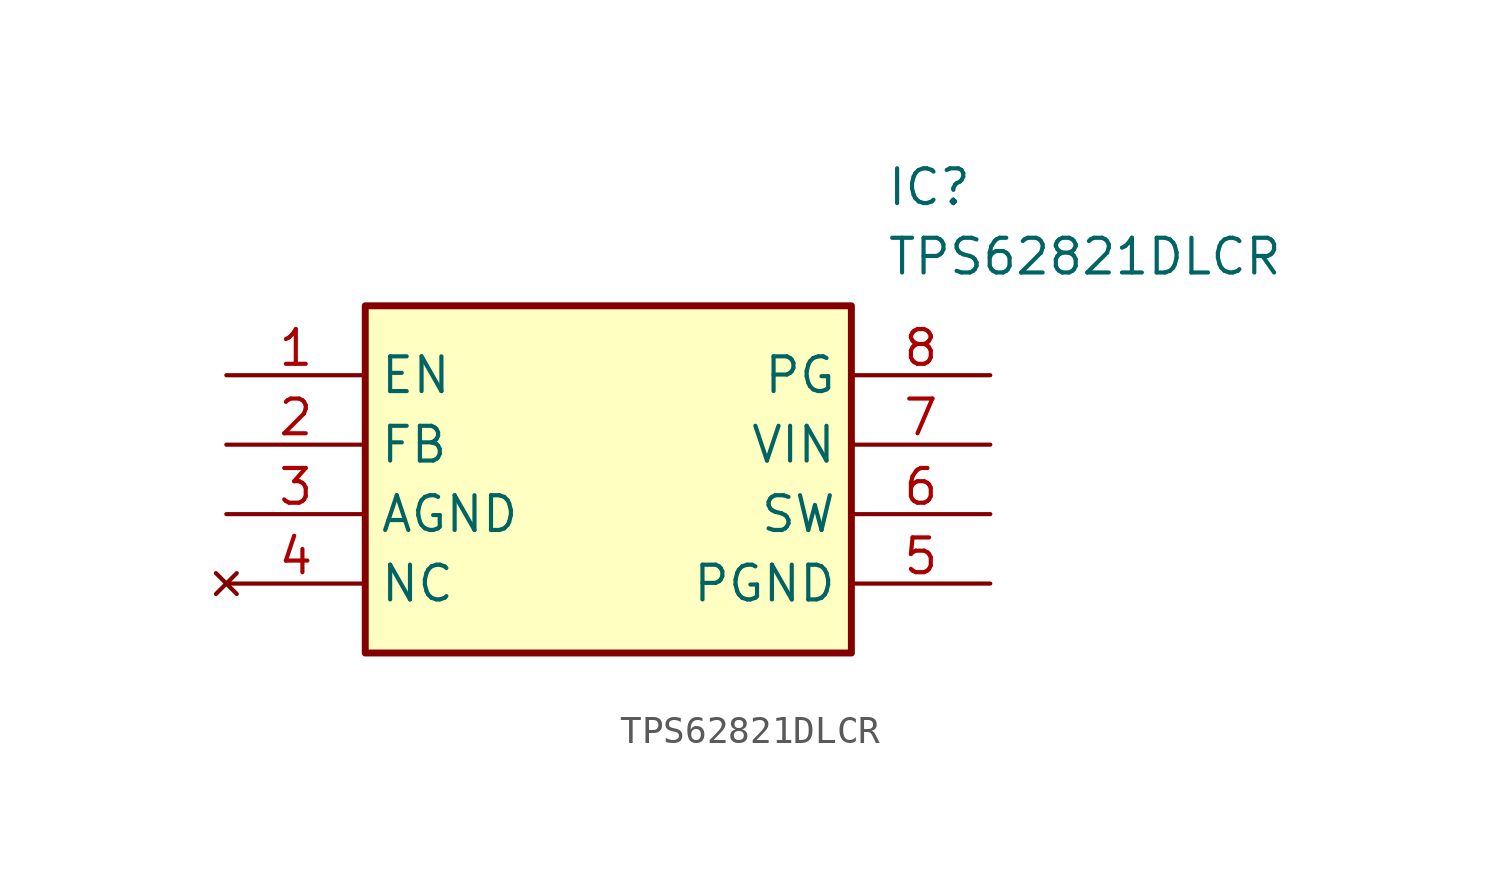
<source format=kicad_sym>
(kicad_symbol_lib
  (version 20211014)
  (generator SamacSys_ECAD_Model)
  (symbol "TPS62821DLCR"
    (property "Reference" "IC"
      (at 24.13 7.62 0)
      (effects (font (size 1.27 1.27)) (justify left top)))
    (property "Value" "TPS62821DLCR"
      (at 24.13 5.08 0)
      (effects (font (size 1.27 1.27)) (justify left top)))
    (rectangle
      (start 5.08 2.54)
      (end 22.86 -10.16)
      (stroke (width 0.254) (type default))
      (fill (type background)))
    (pin input line
      (at 0 0 0)
      (length 5.08)
      (name "EN" (effects (font (size 1.27 1.27))))
      (number "1" (effects (font (size 1.27 1.27)))))
    (pin output line
      (at 0 -2.54 0)
      (length 5.08)
      (name "FB" (effects (font (size 1.27 1.27))))
      (number "2" (effects (font (size 1.27 1.27)))))
    (pin passive line
      (at 0 -5.08 0)
      (length 5.08)
      (name "AGND" (effects (font (size 1.27 1.27))))
      (number "3" (effects (font (size 1.27 1.27)))))
    (pin no_connect line
      (at 0 -7.62 0)
      (length 5.08)
      (name "NC" (effects (font (size 1.27 1.27))))
      (number "4" (effects (font (size 1.27 1.27)))))
    (pin output line
      (at 27.94 0 180)
      (length 5.08)
      (name "PG" (effects (font (size 1.27 1.27))))
      (number "8" (effects (font (size 1.27 1.27)))))
    (pin power_in line
      (at 27.94 -2.54 180)
      (length 5.08)
      (name "VIN" (effects (font (size 1.27 1.27))))
      (number "7" (effects (font (size 1.27 1.27)))))
    (pin power_in line
      (at 27.94 -5.08 180)
      (length 5.08)
      (name "SW" (effects (font (size 1.27 1.27))))
      (number "6" (effects (font (size 1.27 1.27)))))
    (pin power_in line
      (at 27.94 -7.62 180)
      (length 5.08)
      (name "PGND" (effects (font (size 1.27 1.27))))
      (number "5" (effects (font (size 1.27 1.27)))))))
</source>
